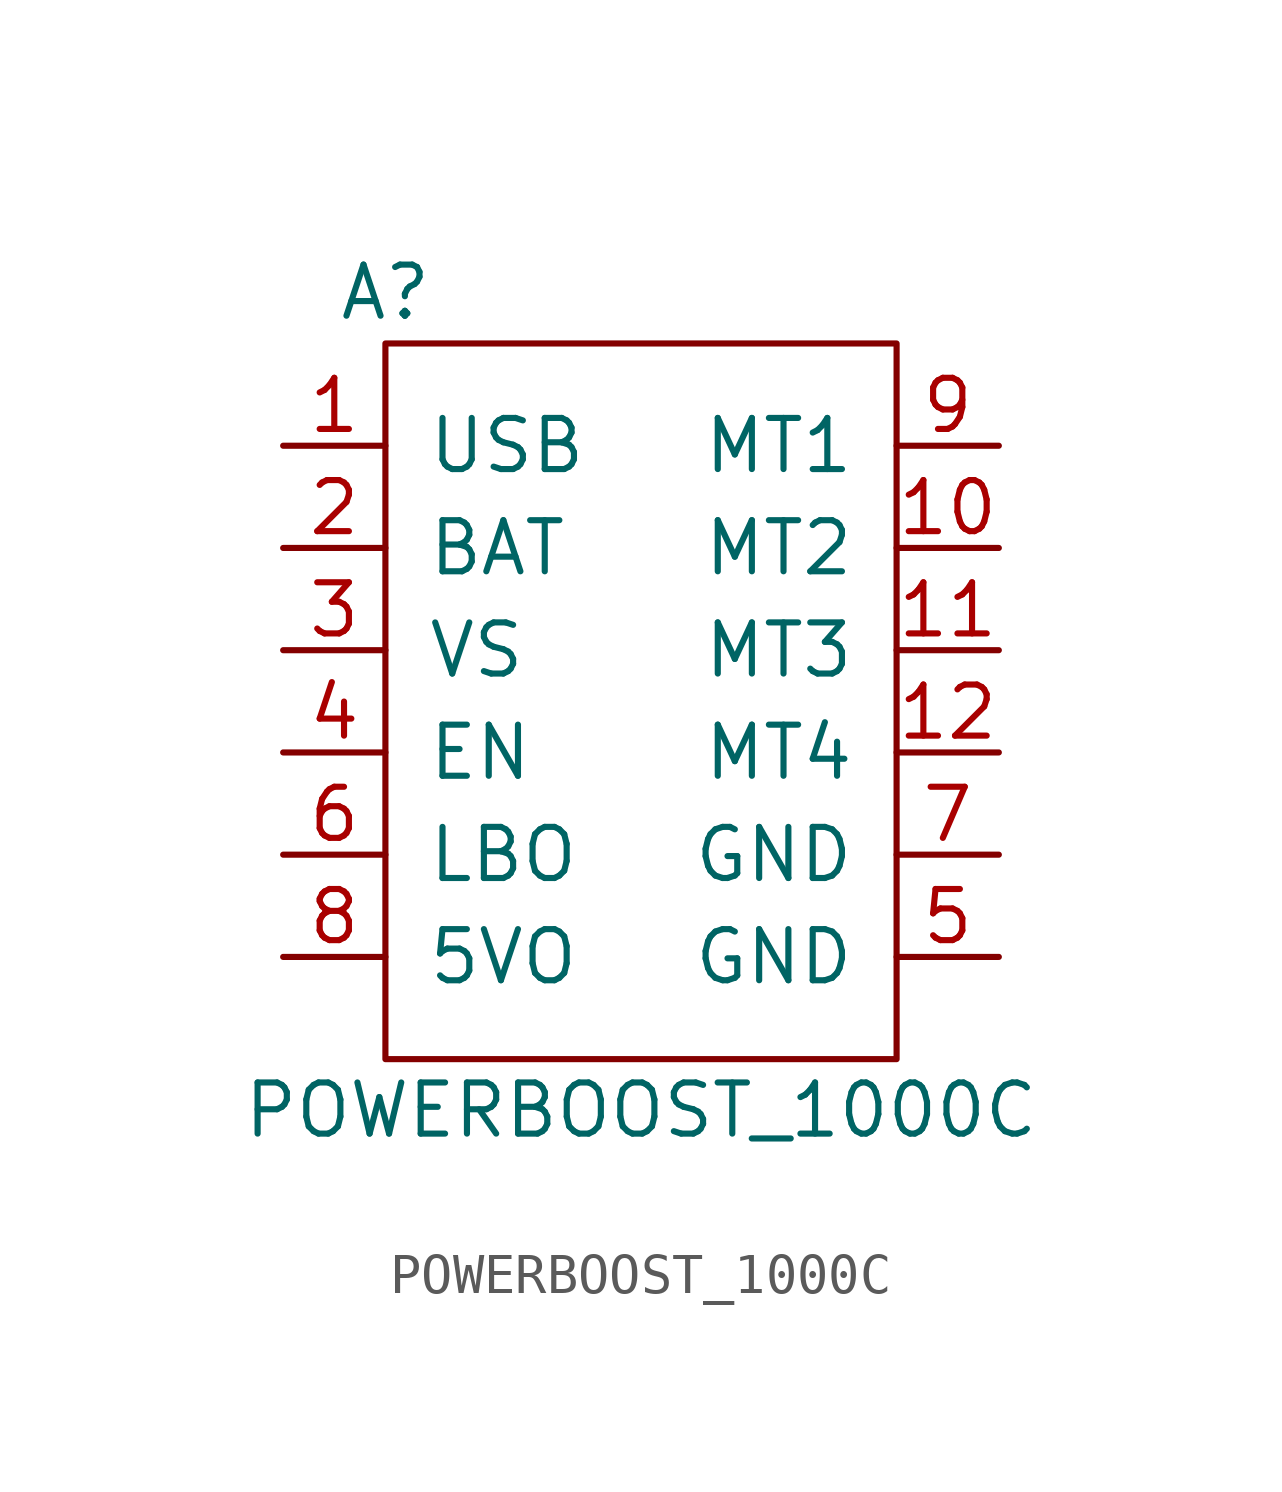
<source format=kicad_sym>
(kicad_symbol_lib
  (version 20211014)
  (generator kicad_symbol_editor)
  (symbol "POWERBOOST_1000C"
    (pin_names
      (offset 1.016))
    (property "Reference" "A"
      (at -6.35 1.27 0)
      (effects (font (size 1.27 1.27))))
    (property "Value" "POWERBOOST_1000C"
      (at 0 -19.05 0)
      (effects (font (size 1.27 1.27))))
    (symbol "POWERBOOST_1000C_0_1"
      (rectangle (start -6.35 0) (end 6.35 -17.78) (stroke (width 0) (type default) (color 0 0 0 0)) (fill (type none))))
    (symbol "POWERBOOST_1000C_1_1"
      (pin input line (at -8.89 -2.54 0) (length 2.54) (name "USB" (effects (font (size 1.27 1.27)))) (number "1" (effects (font (size 1.27 1.27)))))
      (pin input line (at 8.89 -5.08 180) (length 2.54) (name "MT2" (effects (font (size 1.27 1.27)))) (number "10" (effects (font (size 1.27 1.27)))))
      (pin input line (at 8.89 -7.62 180) (length 2.54) (name "MT3" (effects (font (size 1.27 1.27)))) (number "11" (effects (font (size 1.27 1.27)))))
      (pin input line (at 8.89 -10.16 180) (length 2.54) (name "MT4" (effects (font (size 1.27 1.27)))) (number "12" (effects (font (size 1.27 1.27)))))
      (pin input line (at -8.89 -5.08 0) (length 2.54) (name "BAT" (effects (font (size 1.27 1.27)))) (number "2" (effects (font (size 1.27 1.27)))))
      (pin input line (at -8.89 -7.62 0) (length 2.54) (name "VS" (effects (font (size 1.27 1.27)))) (number "3" (effects (font (size 1.27 1.27)))))
      (pin input line (at -8.89 -10.16 0) (length 2.54) (name "EN" (effects (font (size 1.27 1.27)))) (number "4" (effects (font (size 1.27 1.27)))))
      (pin input line (at 8.89 -15.24 180) (length 2.54) (name "GND" (effects (font (size 1.27 1.27)))) (number "5" (effects (font (size 1.27 1.27)))))
      (pin input line (at -8.89 -12.7 0) (length 2.54) (name "LBO" (effects (font (size 1.27 1.27)))) (number "6" (effects (font (size 1.27 1.27)))))
      (pin input line (at 8.89 -12.7 180) (length 2.54) (name "GND" (effects (font (size 1.27 1.27)))) (number "7" (effects (font (size 1.27 1.27)))))
      (pin input line (at -8.89 -15.24 0) (length 2.54) (name "5VO" (effects (font (size 1.27 1.27)))) (number "8" (effects (font (size 1.27 1.27)))))
      (pin input line (at 8.89 -2.54 180) (length 2.54) (name "MT1" (effects (font (size 1.27 1.27)))) (number "9" (effects (font (size 1.27 1.27))))))))
</source>
